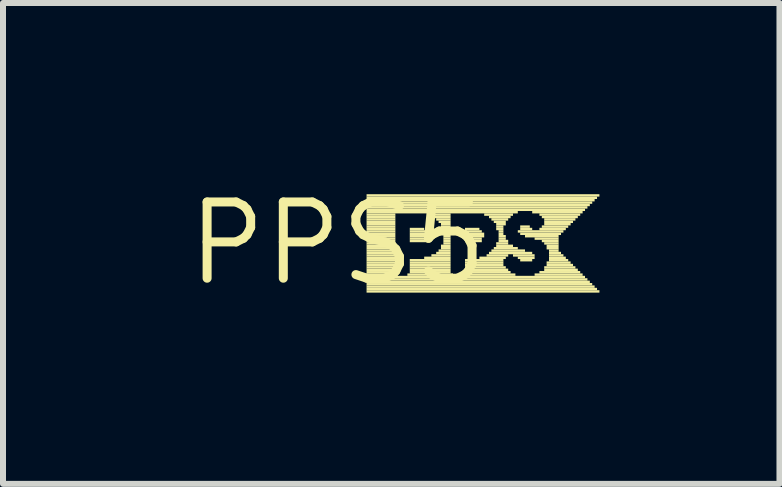
<source format=kicad_pcb>
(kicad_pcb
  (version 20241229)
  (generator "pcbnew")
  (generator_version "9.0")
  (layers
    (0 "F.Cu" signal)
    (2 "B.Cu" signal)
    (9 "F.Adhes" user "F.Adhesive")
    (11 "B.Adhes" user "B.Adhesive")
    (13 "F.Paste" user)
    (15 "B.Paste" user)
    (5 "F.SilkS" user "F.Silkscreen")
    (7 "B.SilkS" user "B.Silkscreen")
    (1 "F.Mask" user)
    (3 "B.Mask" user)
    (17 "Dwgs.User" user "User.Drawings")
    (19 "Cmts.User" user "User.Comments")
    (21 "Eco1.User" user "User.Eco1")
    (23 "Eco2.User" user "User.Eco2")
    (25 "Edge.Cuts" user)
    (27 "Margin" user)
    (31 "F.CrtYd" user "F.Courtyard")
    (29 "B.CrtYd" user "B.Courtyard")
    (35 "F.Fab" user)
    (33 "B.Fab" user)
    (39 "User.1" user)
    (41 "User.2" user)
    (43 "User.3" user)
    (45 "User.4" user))
  (footprint "PPS5"
    (layer "F.Cu")
    (at 2.578 1.006)
    (property "Reference" "PPS5" (at 0 0 0) (layer "F.SilkS") (effects (font (size 1.27 1.27) (thickness 0.15))))
    (attr through_hole)
    (fp_poly (pts (xy 0.48 -0.78) (xy 4.36 -0.78) (xy 4.36 -0.82) (xy 0.48 -0.82)) (stroke (width 0) (type solid)) (fill yes) (layer "F.SilkS"))
    (fp_poly (pts (xy 0.48 -0.74) (xy 4.32 -0.74) (xy 4.32 -0.78) (xy 0.48 -0.78)) (stroke (width 0) (type solid)) (fill yes) (layer "F.SilkS"))
    (fp_poly (pts (xy 0.48 -0.7) (xy 4.28 -0.7) (xy 4.28 -0.74) (xy 0.48 -0.74)) (stroke (width 0) (type solid)) (fill yes) (layer "F.SilkS"))
    (fp_poly (pts (xy 0.48 -0.66) (xy 4.24 -0.66) (xy 4.24 -0.7) (xy 0.48 -0.7)) (stroke (width 0) (type solid)) (fill yes) (layer "F.SilkS"))
    (fp_poly (pts (xy 0.48 -0.62) (xy 4.2 -0.62) (xy 4.2 -0.66) (xy 0.48 -0.66)) (stroke (width 0) (type solid)) (fill yes) (layer "F.SilkS"))
    (fp_poly (pts (xy 0.48 -0.58) (xy 4.16 -0.58) (xy 4.16 -0.62) (xy 0.48 -0.62)) (stroke (width 0) (type solid)) (fill yes) (layer "F.SilkS"))
    (fp_poly (pts (xy 0.48 -0.54) (xy 4.12 -0.54) (xy 4.12 -0.58) (xy 0.48 -0.58)) (stroke (width 0) (type solid)) (fill yes) (layer "F.SilkS"))
    (fp_poly (pts (xy 0.48 -0.5) (xy 3 -0.5) (xy 3 -0.54) (xy 0.48 -0.54)) (stroke (width 0) (type solid)) (fill yes) (layer "F.SilkS"))
    (fp_poly (pts (xy 0.48 -0.46) (xy 0.96 -0.46) (xy 0.96 -0.5) (xy 0.48 -0.5)) (stroke (width 0) (type solid)) (fill yes) (layer "F.SilkS"))
    (fp_poly (pts (xy 0.48 -0.42) (xy 0.96 -0.42) (xy 0.96 -0.46) (xy 0.48 -0.46)) (stroke (width 0) (type solid)) (fill yes) (layer "F.SilkS"))
    (fp_poly (pts (xy 0.48 -0.38) (xy 0.96 -0.38) (xy 0.96 -0.42) (xy 0.48 -0.42)) (stroke (width 0) (type solid)) (fill yes) (layer "F.SilkS"))
    (fp_poly (pts (xy 0.48 -0.34) (xy 0.96 -0.34) (xy 0.96 -0.38) (xy 0.48 -0.38)) (stroke (width 0) (type solid)) (fill yes) (layer "F.SilkS"))
    (fp_poly (pts (xy 0.48 -0.3) (xy 0.96 -0.3) (xy 0.96 -0.34) (xy 0.48 -0.34)) (stroke (width 0) (type solid)) (fill yes) (layer "F.SilkS"))
    (fp_poly (pts (xy 0.48 -0.26) (xy 0.96 -0.26) (xy 0.96 -0.3) (xy 0.48 -0.3)) (stroke (width 0) (type solid)) (fill yes) (layer "F.SilkS"))
    (fp_poly (pts (xy 0.48 -0.22) (xy 0.96 -0.22) (xy 0.96 -0.26) (xy 0.48 -0.26)) (stroke (width 0) (type solid)) (fill yes) (layer "F.SilkS"))
    (fp_poly (pts (xy 0.48 -0.18) (xy 0.96 -0.18) (xy 0.96 -0.22) (xy 0.48 -0.22)) (stroke (width 0) (type solid)) (fill yes) (layer "F.SilkS"))
    (fp_poly (pts (xy 0.48 -0.14) (xy 0.96 -0.14) (xy 0.96 -0.18) (xy 0.48 -0.18)) (stroke (width 0) (type solid)) (fill yes) (layer "F.SilkS"))
    (fp_poly (pts (xy 0.48 -0.1) (xy 0.96 -0.1) (xy 0.96 -0.14) (xy 0.48 -0.14)) (stroke (width 0) (type solid)) (fill yes) (layer "F.SilkS"))
    (fp_poly (pts (xy 0.48 -0.06) (xy 0.96 -0.06) (xy 0.96 -0.1) (xy 0.48 -0.1)) (stroke (width 0) (type solid)) (fill yes) (layer "F.SilkS"))
    (fp_poly (pts (xy 0.48 -0.02) (xy 0.96 -0.02) (xy 0.96 -0.06) (xy 0.48 -0.06)) (stroke (width 0) (type solid)) (fill yes) (layer "F.SilkS"))
    (fp_poly (pts (xy 0.48 0.02) (xy 0.96 0.02) (xy 0.96 -0.02) (xy 0.48 -0.02)) (stroke (width 0) (type solid)) (fill yes) (layer "F.SilkS"))
    (fp_poly (pts (xy 0.48 0.06) (xy 0.96 0.06) (xy 0.96 0.02) (xy 0.48 0.02)) (stroke (width 0) (type solid)) (fill yes) (layer "F.SilkS"))
    (fp_poly (pts (xy 0.48 0.1) (xy 0.96 0.1) (xy 0.96 0.06) (xy 0.48 0.06)) (stroke (width 0) (type solid)) (fill yes) (layer "F.SilkS"))
    (fp_poly (pts (xy 0.48 0.14) (xy 0.96 0.14) (xy 0.96 0.1) (xy 0.48 0.1)) (stroke (width 0) (type solid)) (fill yes) (layer "F.SilkS"))
    (fp_poly (pts (xy 0.48 0.18) (xy 0.96 0.18) (xy 0.96 0.14) (xy 0.48 0.14)) (stroke (width 0) (type solid)) (fill yes) (layer "F.SilkS"))
    (fp_poly (pts (xy 0.48 0.22) (xy 0.96 0.22) (xy 0.96 0.18) (xy 0.48 0.18)) (stroke (width 0) (type solid)) (fill yes) (layer "F.SilkS"))
    (fp_poly (pts (xy 0.48 0.26) (xy 0.96 0.26) (xy 0.96 0.22) (xy 0.48 0.22)) (stroke (width 0) (type solid)) (fill yes) (layer "F.SilkS"))
    (fp_poly (pts (xy 0.48 0.3) (xy 0.96 0.3) (xy 0.96 0.26) (xy 0.48 0.26)) (stroke (width 0) (type solid)) (fill yes) (layer "F.SilkS"))
    (fp_poly (pts (xy 0.48 0.34) (xy 0.96 0.34) (xy 0.96 0.3) (xy 0.48 0.3)) (stroke (width 0) (type solid)) (fill yes) (layer "F.SilkS"))
    (fp_poly (pts (xy 0.48 0.38) (xy 0.96 0.38) (xy 0.96 0.34) (xy 0.48 0.34)) (stroke (width 0) (type solid)) (fill yes) (layer "F.SilkS"))
    (fp_poly (pts (xy 0.48 0.42) (xy 0.96 0.42) (xy 0.96 0.38) (xy 0.48 0.38)) (stroke (width 0) (type solid)) (fill yes) (layer "F.SilkS"))
    (fp_poly (pts (xy 0.48 0.46) (xy 0.96 0.46) (xy 0.96 0.42) (xy 0.48 0.42)) (stroke (width 0) (type solid)) (fill yes) (layer "F.SilkS"))
    (fp_poly (pts (xy 0.48 0.5) (xy 0.96 0.5) (xy 0.96 0.46) (xy 0.48 0.46)) (stroke (width 0) (type solid)) (fill yes) (layer "F.SilkS"))
    (fp_poly (pts (xy 0.48 0.54) (xy 1 0.54) (xy 1 0.5) (xy 0.48 0.5)) (stroke (width 0) (type solid)) (fill yes) (layer "F.SilkS"))
    (fp_poly (pts (xy 0.48 0.58) (xy 4.12 0.58) (xy 4.12 0.54) (xy 0.48 0.54)) (stroke (width 0) (type solid)) (fill yes) (layer "F.SilkS"))
    (fp_poly (pts (xy 0.48 0.62) (xy 4.16 0.62) (xy 4.16 0.58) (xy 0.48 0.58)) (stroke (width 0) (type solid)) (fill yes) (layer "F.SilkS"))
    (fp_poly (pts (xy 0.48 0.66) (xy 4.2 0.66) (xy 4.2 0.62) (xy 0.48 0.62)) (stroke (width 0) (type solid)) (fill yes) (layer "F.SilkS"))
    (fp_poly (pts (xy 0.48 0.7) (xy 4.24 0.7) (xy 4.24 0.66) (xy 0.48 0.66)) (stroke (width 0) (type solid)) (fill yes) (layer "F.SilkS"))
    (fp_poly (pts (xy 0.48 0.74) (xy 4.28 0.74) (xy 4.28 0.7) (xy 0.48 0.7)) (stroke (width 0) (type solid)) (fill yes) (layer "F.SilkS"))
    (fp_poly (pts (xy 0.48 0.78) (xy 4.32 0.78) (xy 4.32 0.74) (xy 0.48 0.74)) (stroke (width 0) (type solid)) (fill yes) (layer "F.SilkS"))
    (fp_poly (pts (xy 0.48 0.82) (xy 4.36 0.82) (xy 4.36 0.78) (xy 0.48 0.78)) (stroke (width 0) (type solid)) (fill yes) (layer "F.SilkS"))
    (fp_poly (pts (xy 1.16 0.54) (xy 1.92 0.54) (xy 1.92 0.5) (xy 1.16 0.5)) (stroke (width 0) (type solid)) (fill yes) (layer "F.SilkS"))
    (fp_poly (pts (xy 1.2 -0.22) (xy 1.44 -0.22) (xy 1.44 -0.26) (xy 1.2 -0.26)) (stroke (width 0) (type solid)) (fill yes) (layer "F.SilkS"))
    (fp_poly (pts (xy 1.2 -0.18) (xy 1.52 -0.18) (xy 1.52 -0.22) (xy 1.2 -0.22)) (stroke (width 0) (type solid)) (fill yes) (layer "F.SilkS"))
    (fp_poly (pts (xy 1.2 -0.14) (xy 1.52 -0.14) (xy 1.52 -0.18) (xy 1.2 -0.18)) (stroke (width 0) (type solid)) (fill yes) (layer "F.SilkS"))
    (fp_poly (pts (xy 1.2 -0.1) (xy 1.52 -0.1) (xy 1.52 -0.14) (xy 1.2 -0.14)) (stroke (width 0) (type solid)) (fill yes) (layer "F.SilkS"))
    (fp_poly (pts (xy 1.2 -0.06) (xy 1.52 -0.06) (xy 1.52 -0.1) (xy 1.2 -0.1)) (stroke (width 0) (type solid)) (fill yes) (layer "F.SilkS"))
    (fp_poly (pts (xy 1.2 -0.02) (xy 1.48 -0.02) (xy 1.48 -0.06) (xy 1.2 -0.06)) (stroke (width 0) (type solid)) (fill yes) (layer "F.SilkS"))
    (fp_poly (pts (xy 1.2 0.3) (xy 1.88 0.3) (xy 1.88 0.26) (xy 1.2 0.26)) (stroke (width 0) (type solid)) (fill yes) (layer "F.SilkS"))
    (fp_poly (pts (xy 1.2 0.34) (xy 1.88 0.34) (xy 1.88 0.3) (xy 1.2 0.3)) (stroke (width 0) (type solid)) (fill yes) (layer "F.SilkS"))
    (fp_poly (pts (xy 1.2 0.38) (xy 1.88 0.38) (xy 1.88 0.34) (xy 1.2 0.34)) (stroke (width 0) (type solid)) (fill yes) (layer "F.SilkS"))
    (fp_poly (pts (xy 1.2 0.42) (xy 1.88 0.42) (xy 1.88 0.38) (xy 1.2 0.38)) (stroke (width 0) (type solid)) (fill yes) (layer "F.SilkS"))
    (fp_poly (pts (xy 1.2 0.46) (xy 1.88 0.46) (xy 1.88 0.42) (xy 1.2 0.42)) (stroke (width 0) (type solid)) (fill yes) (layer "F.SilkS"))
    (fp_poly (pts (xy 1.2 0.5) (xy 1.88 0.5) (xy 1.88 0.46) (xy 1.2 0.46)) (stroke (width 0) (type solid)) (fill yes) (layer "F.SilkS"))
    (fp_poly (pts (xy 1.44 0.26) (xy 1.88 0.26) (xy 1.88 0.22) (xy 1.44 0.22)) (stroke (width 0) (type solid)) (fill yes) (layer "F.SilkS"))
    (fp_poly (pts (xy 1.52 -0.46) (xy 1.88 -0.46) (xy 1.88 -0.5) (xy 1.52 -0.5)) (stroke (width 0) (type solid)) (fill yes) (layer "F.SilkS"))
    (fp_poly (pts (xy 1.56 0.22) (xy 1.88 0.22) (xy 1.88 0.18) (xy 1.56 0.18)) (stroke (width 0) (type solid)) (fill yes) (layer "F.SilkS"))
    (fp_poly (pts (xy 1.6 -0.42) (xy 1.88 -0.42) (xy 1.88 -0.46) (xy 1.6 -0.46)) (stroke (width 0) (type solid)) (fill yes) (layer "F.SilkS"))
    (fp_poly (pts (xy 1.64 -0.38) (xy 1.88 -0.38) (xy 1.88 -0.42) (xy 1.64 -0.42)) (stroke (width 0) (type solid)) (fill yes) (layer "F.SilkS"))
    (fp_poly (pts (xy 1.64 0.18) (xy 1.88 0.18) (xy 1.88 0.14) (xy 1.64 0.14)) (stroke (width 0) (type solid)) (fill yes) (layer "F.SilkS"))
    (fp_poly (pts (xy 1.68 -0.34) (xy 1.88 -0.34) (xy 1.88 -0.38) (xy 1.68 -0.38)) (stroke (width 0) (type solid)) (fill yes) (layer "F.SilkS"))
    (fp_poly (pts (xy 1.68 0.14) (xy 1.88 0.14) (xy 1.88 0.1) (xy 1.68 0.1)) (stroke (width 0) (type solid)) (fill yes) (layer "F.SilkS"))
    (fp_poly (pts (xy 1.72 -0.3) (xy 1.88 -0.3) (xy 1.88 -0.34) (xy 1.72 -0.34)) (stroke (width 0) (type solid)) (fill yes) (layer "F.SilkS"))
    (fp_poly (pts (xy 1.72 -0.26) (xy 1.88 -0.26) (xy 1.88 -0.3) (xy 1.72 -0.3)) (stroke (width 0) (type solid)) (fill yes) (layer "F.SilkS"))
    (fp_poly (pts (xy 1.72 0.06) (xy 1.88 0.06) (xy 1.88 0.02) (xy 1.72 0.02)) (stroke (width 0) (type solid)) (fill yes) (layer "F.SilkS"))
    (fp_poly (pts (xy 1.72 0.1) (xy 1.88 0.1) (xy 1.88 0.06) (xy 1.72 0.06)) (stroke (width 0) (type solid)) (fill yes) (layer "F.SilkS"))
    (fp_poly (pts (xy 1.76 -0.22) (xy 1.88 -0.22) (xy 1.88 -0.26) (xy 1.76 -0.26)) (stroke (width 0) (type solid)) (fill yes) (layer "F.SilkS"))
    (fp_poly (pts (xy 1.76 -0.18) (xy 1.88 -0.18) (xy 1.88 -0.22) (xy 1.76 -0.22)) (stroke (width 0) (type solid)) (fill yes) (layer "F.SilkS"))
    (fp_poly (pts (xy 1.76 -0.14) (xy 1.88 -0.14) (xy 1.88 -0.18) (xy 1.76 -0.18)) (stroke (width 0) (type solid)) (fill yes) (layer "F.SilkS"))
    (fp_poly (pts (xy 1.76 -0.1) (xy 1.88 -0.1) (xy 1.88 -0.14) (xy 1.76 -0.14)) (stroke (width 0) (type solid)) (fill yes) (layer "F.SilkS"))
    (fp_poly (pts (xy 1.76 -0.06) (xy 1.88 -0.06) (xy 1.88 -0.1) (xy 1.76 -0.1)) (stroke (width 0) (type solid)) (fill yes) (layer "F.SilkS"))
    (fp_poly (pts (xy 1.76 -0.02) (xy 1.88 -0.02) (xy 1.88 -0.06) (xy 1.76 -0.06)) (stroke (width 0) (type solid)) (fill yes) (layer "F.SilkS"))
    (fp_poly (pts (xy 1.76 0.02) (xy 1.88 0.02) (xy 1.88 -0.02) (xy 1.76 -0.02)) (stroke (width 0) (type solid)) (fill yes) (layer "F.SilkS"))
    (fp_poly (pts (xy 2.08 0.54) (xy 2.96 0.54) (xy 2.96 0.5) (xy 2.08 0.5)) (stroke (width 0) (type solid)) (fill yes) (layer "F.SilkS"))
    (fp_poly (pts (xy 2.12 -0.22) (xy 2.36 -0.22) (xy 2.36 -0.26) (xy 2.12 -0.26)) (stroke (width 0) (type solid)) (fill yes) (layer "F.SilkS"))
    (fp_poly (pts (xy 2.12 -0.18) (xy 2.4 -0.18) (xy 2.4 -0.22) (xy 2.12 -0.22)) (stroke (width 0) (type solid)) (fill yes) (layer "F.SilkS"))
    (fp_poly (pts (xy 2.12 -0.14) (xy 2.44 -0.14) (xy 2.44 -0.18) (xy 2.12 -0.18)) (stroke (width 0) (type solid)) (fill yes) (layer "F.SilkS"))
    (fp_poly (pts (xy 2.12 -0.1) (xy 2.44 -0.1) (xy 2.44 -0.14) (xy 2.12 -0.14)) (stroke (width 0) (type solid)) (fill yes) (layer "F.SilkS"))
    (fp_poly (pts (xy 2.12 -0.06) (xy 2.4 -0.06) (xy 2.4 -0.1) (xy 2.12 -0.1)) (stroke (width 0) (type solid)) (fill yes) (layer "F.SilkS"))
    (fp_poly (pts (xy 2.12 -0.02) (xy 2.4 -0.02) (xy 2.4 -0.06) (xy 2.12 -0.06)) (stroke (width 0) (type solid)) (fill yes) (layer "F.SilkS"))
    (fp_poly (pts (xy 2.12 0.3) (xy 2.76 0.3) (xy 2.76 0.26) (xy 2.12 0.26)) (stroke (width 0) (type solid)) (fill yes) (layer "F.SilkS"))
    (fp_poly (pts (xy 2.12 0.34) (xy 2.76 0.34) (xy 2.76 0.3) (xy 2.12 0.3)) (stroke (width 0) (type solid)) (fill yes) (layer "F.SilkS"))
    (fp_poly (pts (xy 2.12 0.38) (xy 2.76 0.38) (xy 2.76 0.34) (xy 2.12 0.34)) (stroke (width 0) (type solid)) (fill yes) (layer "F.SilkS"))
    (fp_poly (pts (xy 2.12 0.42) (xy 2.8 0.42) (xy 2.8 0.38) (xy 2.12 0.38)) (stroke (width 0) (type solid)) (fill yes) (layer "F.SilkS"))
    (fp_poly (pts (xy 2.12 0.46) (xy 2.84 0.46) (xy 2.84 0.42) (xy 2.12 0.42)) (stroke (width 0) (type solid)) (fill yes) (layer "F.SilkS"))
    (fp_poly (pts (xy 2.12 0.5) (xy 2.88 0.5) (xy 2.88 0.46) (xy 2.12 0.46)) (stroke (width 0) (type solid)) (fill yes) (layer "F.SilkS"))
    (fp_poly (pts (xy 2.36 0.26) (xy 2.8 0.26) (xy 2.8 0.22) (xy 2.36 0.22)) (stroke (width 0) (type solid)) (fill yes) (layer "F.SilkS"))
    (fp_poly (pts (xy 2.44 -0.46) (xy 2.92 -0.46) (xy 2.92 -0.5) (xy 2.44 -0.5)) (stroke (width 0) (type solid)) (fill yes) (layer "F.SilkS"))
    (fp_poly (pts (xy 2.48 0.22) (xy 2.84 0.22) (xy 2.84 0.18) (xy 2.48 0.18)) (stroke (width 0) (type solid)) (fill yes) (layer "F.SilkS"))
    (fp_poly (pts (xy 2.52 -0.42) (xy 2.88 -0.42) (xy 2.88 -0.46) (xy 2.52 -0.46)) (stroke (width 0) (type solid)) (fill yes) (layer "F.SilkS"))
    (fp_poly (pts (xy 2.52 0.18) (xy 3.24 0.18) (xy 3.24 0.14) (xy 2.52 0.14)) (stroke (width 0) (type solid)) (fill yes) (layer "F.SilkS"))
    (fp_poly (pts (xy 2.56 -0.38) (xy 2.84 -0.38) (xy 2.84 -0.42) (xy 2.56 -0.42)) (stroke (width 0) (type solid)) (fill yes) (layer "F.SilkS"))
    (fp_poly (pts (xy 2.56 0.14) (xy 3.12 0.14) (xy 3.12 0.1) (xy 2.56 0.1)) (stroke (width 0) (type solid)) (fill yes) (layer "F.SilkS"))
    (fp_poly (pts (xy 2.6 -0.34) (xy 2.8 -0.34) (xy 2.8 -0.38) (xy 2.6 -0.38)) (stroke (width 0) (type solid)) (fill yes) (layer "F.SilkS"))
    (fp_poly (pts (xy 2.6 0.1) (xy 3 0.1) (xy 3 0.06) (xy 2.6 0.06)) (stroke (width 0) (type solid)) (fill yes) (layer "F.SilkS"))
    (fp_poly (pts (xy 2.64 -0.3) (xy 2.8 -0.3) (xy 2.8 -0.34) (xy 2.64 -0.34)) (stroke (width 0) (type solid)) (fill yes) (layer "F.SilkS"))
    (fp_poly (pts (xy 2.64 -0.26) (xy 2.76 -0.26) (xy 2.76 -0.3) (xy 2.64 -0.3)) (stroke (width 0) (type solid)) (fill yes) (layer "F.SilkS"))
    (fp_poly (pts (xy 2.64 -0.22) (xy 2.76 -0.22) (xy 2.76 -0.26) (xy 2.64 -0.26)) (stroke (width 0) (type solid)) (fill yes) (layer "F.SilkS"))
    (fp_poly (pts (xy 2.64 0.02) (xy 2.84 0.02) (xy 2.84 -0.02) (xy 2.64 -0.02)) (stroke (width 0) (type solid)) (fill yes) (layer "F.SilkS"))
    (fp_poly (pts (xy 2.64 0.06) (xy 2.92 0.06) (xy 2.92 0.02) (xy 2.64 0.02)) (stroke (width 0) (type solid)) (fill yes) (layer "F.SilkS"))
    (fp_poly (pts (xy 2.68 -0.18) (xy 2.76 -0.18) (xy 2.76 -0.22) (xy 2.68 -0.22)) (stroke (width 0) (type solid)) (fill yes) (layer "F.SilkS"))
    (fp_poly (pts (xy 2.68 -0.14) (xy 2.76 -0.14) (xy 2.76 -0.18) (xy 2.68 -0.18)) (stroke (width 0) (type solid)) (fill yes) (layer "F.SilkS"))
    (fp_poly (pts (xy 2.68 -0.1) (xy 2.8 -0.1) (xy 2.8 -0.14) (xy 2.68 -0.14)) (stroke (width 0) (type solid)) (fill yes) (layer "F.SilkS"))
    (fp_poly (pts (xy 2.68 -0.06) (xy 2.8 -0.06) (xy 2.8 -0.1) (xy 2.68 -0.1)) (stroke (width 0) (type solid)) (fill yes) (layer "F.SilkS"))
    (fp_poly (pts (xy 2.68 -0.02) (xy 2.84 -0.02) (xy 2.84 -0.06) (xy 2.68 -0.06)) (stroke (width 0) (type solid)) (fill yes) (layer "F.SilkS"))
    (fp_poly (pts (xy 2.92 0.22) (xy 3.28 0.22) (xy 3.28 0.18) (xy 2.92 0.18)) (stroke (width 0) (type solid)) (fill yes) (layer "F.SilkS"))
    (fp_poly (pts (xy 3 -0.18) (xy 3.76 -0.18) (xy 3.76 -0.22) (xy 3 -0.22)) (stroke (width 0) (type solid)) (fill yes) (layer "F.SilkS"))
    (fp_poly (pts (xy 3 0.26) (xy 3.28 0.26) (xy 3.28 0.22) (xy 3 0.22)) (stroke (width 0) (type solid)) (fill yes) (layer "F.SilkS"))
    (fp_poly (pts (xy 3.04 -0.26) (xy 3.2 -0.26) (xy 3.2 -0.3) (xy 3.04 -0.3)) (stroke (width 0) (type solid)) (fill yes) (layer "F.SilkS"))
    (fp_poly (pts (xy 3.04 -0.22) (xy 3.24 -0.22) (xy 3.24 -0.26) (xy 3.04 -0.26)) (stroke (width 0) (type solid)) (fill yes) (layer "F.SilkS"))
    (fp_poly (pts (xy 3.04 -0.14) (xy 3.72 -0.14) (xy 3.72 -0.18) (xy 3.04 -0.18)) (stroke (width 0) (type solid)) (fill yes) (layer "F.SilkS"))
    (fp_poly (pts (xy 3.04 0.3) (xy 3.24 0.3) (xy 3.24 0.26) (xy 3.04 0.26)) (stroke (width 0) (type solid)) (fill yes) (layer "F.SilkS"))
    (fp_poly (pts (xy 3.12 -0.1) (xy 3.68 -0.1) (xy 3.68 -0.14) (xy 3.12 -0.14)) (stroke (width 0) (type solid)) (fill yes) (layer "F.SilkS"))
    (fp_poly (pts (xy 3.24 -0.5) (xy 4.08 -0.5) (xy 4.08 -0.54) (xy 3.24 -0.54)) (stroke (width 0) (type solid)) (fill yes) (layer "F.SilkS"))
    (fp_poly (pts (xy 3.28 -0.06) (xy 3.68 -0.06) (xy 3.68 -0.1) (xy 3.28 -0.1)) (stroke (width 0) (type solid)) (fill yes) (layer "F.SilkS"))
    (fp_poly (pts (xy 3.28 0.54) (xy 4.08 0.54) (xy 4.08 0.5) (xy 3.28 0.5)) (stroke (width 0) (type solid)) (fill yes) (layer "F.SilkS"))
    (fp_poly (pts (xy 3.36 -0.46) (xy 4.04 -0.46) (xy 4.04 -0.5) (xy 3.36 -0.5)) (stroke (width 0) (type solid)) (fill yes) (layer "F.SilkS"))
    (fp_poly (pts (xy 3.36 -0.22) (xy 3.8 -0.22) (xy 3.8 -0.26) (xy 3.36 -0.26)) (stroke (width 0) (type solid)) (fill yes) (layer "F.SilkS"))
    (fp_poly (pts (xy 3.36 0.5) (xy 4.04 0.5) (xy 4.04 0.46) (xy 3.36 0.46)) (stroke (width 0) (type solid)) (fill yes) (layer "F.SilkS"))
    (fp_poly (pts (xy 3.4 -0.42) (xy 4 -0.42) (xy 4 -0.46) (xy 3.4 -0.46)) (stroke (width 0) (type solid)) (fill yes) (layer "F.SilkS"))
    (fp_poly (pts (xy 3.4 -0.26) (xy 3.84 -0.26) (xy 3.84 -0.3) (xy 3.4 -0.3)) (stroke (width 0) (type solid)) (fill yes) (layer "F.SilkS"))
    (fp_poly (pts (xy 3.4 -0.02) (xy 3.68 -0.02) (xy 3.68 -0.06) (xy 3.4 -0.06)) (stroke (width 0) (type solid)) (fill yes) (layer "F.SilkS"))
    (fp_poly (pts (xy 3.44 -0.38) (xy 3.96 -0.38) (xy 3.96 -0.42) (xy 3.44 -0.42)) (stroke (width 0) (type solid)) (fill yes) (layer "F.SilkS"))
    (fp_poly (pts (xy 3.44 -0.34) (xy 3.92 -0.34) (xy 3.92 -0.38) (xy 3.44 -0.38)) (stroke (width 0) (type solid)) (fill yes) (layer "F.SilkS"))
    (fp_poly (pts (xy 3.44 -0.3) (xy 3.88 -0.3) (xy 3.88 -0.34) (xy 3.44 -0.34)) (stroke (width 0) (type solid)) (fill yes) (layer "F.SilkS"))
    (fp_poly (pts (xy 3.44 0.02) (xy 3.68 0.02) (xy 3.68 -0.02) (xy 3.44 -0.02)) (stroke (width 0) (type solid)) (fill yes) (layer "F.SilkS"))
    (fp_poly (pts (xy 3.44 0.42) (xy 3.96 0.42) (xy 3.96 0.38) (xy 3.44 0.38)) (stroke (width 0) (type solid)) (fill yes) (layer "F.SilkS"))
    (fp_poly (pts (xy 3.44 0.46) (xy 4 0.46) (xy 4 0.42) (xy 3.44 0.42)) (stroke (width 0) (type solid)) (fill yes) (layer "F.SilkS"))
    (fp_poly (pts (xy 3.48 0.06) (xy 3.68 0.06) (xy 3.68 0.02) (xy 3.48 0.02)) (stroke (width 0) (type solid)) (fill yes) (layer "F.SilkS"))
    (fp_poly (pts (xy 3.48 0.1) (xy 3.68 0.1) (xy 3.68 0.06) (xy 3.48 0.06)) (stroke (width 0) (type solid)) (fill yes) (layer "F.SilkS"))
    (fp_poly (pts (xy 3.48 0.34) (xy 3.88 0.34) (xy 3.88 0.3) (xy 3.48 0.3)) (stroke (width 0) (type solid)) (fill yes) (layer "F.SilkS"))
    (fp_poly (pts (xy 3.48 0.38) (xy 3.92 0.38) (xy 3.92 0.34) (xy 3.48 0.34)) (stroke (width 0) (type solid)) (fill yes) (layer "F.SilkS"))
    (fp_poly (pts (xy 3.52 0.14) (xy 3.68 0.14) (xy 3.68 0.1) (xy 3.52 0.1)) (stroke (width 0) (type solid)) (fill yes) (layer "F.SilkS"))
    (fp_poly (pts (xy 3.52 0.18) (xy 3.72 0.18) (xy 3.72 0.14) (xy 3.52 0.14)) (stroke (width 0) (type solid)) (fill yes) (layer "F.SilkS"))
    (fp_poly (pts (xy 3.52 0.22) (xy 3.76 0.22) (xy 3.76 0.18) (xy 3.52 0.18)) (stroke (width 0) (type solid)) (fill yes) (layer "F.SilkS"))
    (fp_poly (pts (xy 3.52 0.26) (xy 3.8 0.26) (xy 3.8 0.22) (xy 3.52 0.22)) (stroke (width 0) (type solid)) (fill yes) (layer "F.SilkS"))
    (fp_poly (pts (xy 3.52 0.3) (xy 3.84 0.3) (xy 3.84 0.26) (xy 3.52 0.26)) (stroke (width 0) (type solid)) (fill yes) (layer "F.SilkS")))
  (gr_rect
    (start -3 -3)
    (end 9.938 5.012)
    (stroke (width 0.1) (type default))
    (fill no)
    (layer "Edge.Cuts")))
</source>
